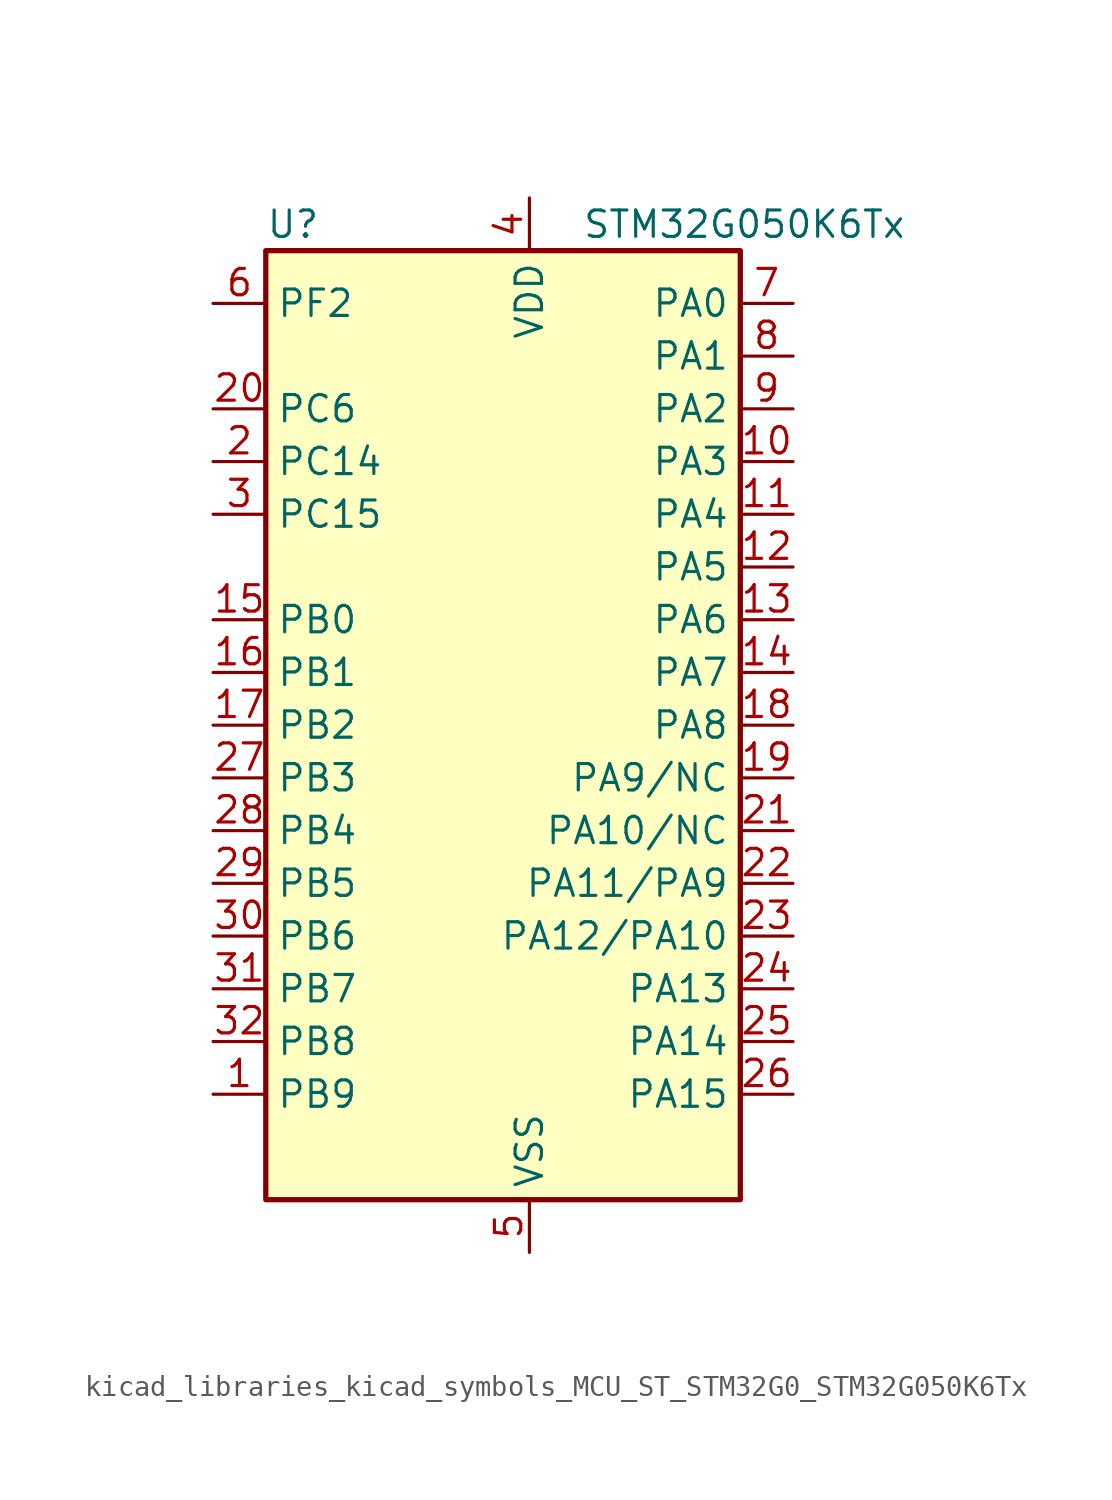
<source format=kicad_sym>
(kicad_symbol_lib
  (version 20220914)
  (generator kicad_symbol_editor)
  (symbol "kicad_libraries_kicad_symbols_MCU_ST_STM32G0_STM32G050K6Tx"
    (property "Reference" "U"
      (at -10.16 24.13 0)
      (effects (font (size 1.27 1.27)) (justify left)))
    (property "Value" "STM32G050K6Tx"
      (at 5.08 24.13 0)
      (effects (font (size 1.27 1.27)) (justify left)))
    (property "ki_locked" ""
      (at 0 0 0)
      (effects (font (size 1.27 1.27))))
    (symbol "kicad_libraries_kicad_symbols_MCU_ST_STM32G0_STM32G050K6Tx_0_1"
      (rectangle (start -10.16 -22.86) (end 12.7 22.86) (stroke (width 0.254) (type default)) (fill (type background))))
    (symbol "kicad_libraries_kicad_symbols_MCU_ST_STM32G0_STM32G050K6Tx_1_1"
      (pin bidirectional line (at -12.7 -17.78 0) (length 2.54) (name "PB9" (effects (font (size 1.27 1.27)))) (number "1" (effects (font (size 1.27 1.27)))) (alternate "I2C1_SDA" bidirectional line) (alternate "IR_OUT" bidirectional line) (alternate "SPI2_NSS" bidirectional line) (alternate "TIM17_CH1" bidirectional line))
      (pin bidirectional line (at 15.24 12.7 180) (length 2.54) (name "PA3" (effects (font (size 1.27 1.27)))) (number "10" (effects (font (size 1.27 1.27)))) (alternate "ADC1_IN3" bidirectional line) (alternate "SPI2_MISO" bidirectional line) (alternate "TIM15_CH2" bidirectional line) (alternate "USART2_RX" bidirectional line))
      (pin bidirectional line (at 15.24 10.16 180) (length 2.54) (name "PA4" (effects (font (size 1.27 1.27)))) (number "11" (effects (font (size 1.27 1.27)))) (alternate "ADC1_IN4" bidirectional line) (alternate "I2S1_WS" bidirectional line) (alternate "RTC_OUT1" bidirectional line) (alternate "RTC_TAMP_IN1" bidirectional line) (alternate "RTC_TS" bidirectional line) (alternate "SPI1_NSS" bidirectional line) (alternate "SPI2_MOSI" bidirectional line) (alternate "SYS_WKUP2" bidirectional line) (alternate "TIM14_CH1" bidirectional line))
      (pin bidirectional line (at 15.24 7.62 180) (length 2.54) (name "PA5" (effects (font (size 1.27 1.27)))) (number "12" (effects (font (size 1.27 1.27)))) (alternate "ADC1_IN5" bidirectional line) (alternate "I2S1_CK" bidirectional line) (alternate "SPI1_SCK" bidirectional line))
      (pin bidirectional line (at 15.24 5.08 180) (length 2.54) (name "PA6" (effects (font (size 1.27 1.27)))) (number "13" (effects (font (size 1.27 1.27)))) (alternate "ADC1_IN6" bidirectional line) (alternate "I2S1_MCK" bidirectional line) (alternate "SPI1_MISO" bidirectional line) (alternate "TIM16_CH1" bidirectional line) (alternate "TIM1_BK" bidirectional line) (alternate "TIM3_CH1" bidirectional line))
      (pin bidirectional line (at 15.24 2.54 180) (length 2.54) (name "PA7" (effects (font (size 1.27 1.27)))) (number "14" (effects (font (size 1.27 1.27)))) (alternate "ADC1_IN7" bidirectional line) (alternate "I2S1_SD" bidirectional line) (alternate "SPI1_MOSI" bidirectional line) (alternate "TIM14_CH1" bidirectional line) (alternate "TIM17_CH1" bidirectional line) (alternate "TIM1_CH1N" bidirectional line) (alternate "TIM3_CH2" bidirectional line))
      (pin bidirectional line (at -12.7 5.08 0) (length 2.54) (name "PB0" (effects (font (size 1.27 1.27)))) (number "15" (effects (font (size 1.27 1.27)))) (alternate "ADC1_IN8" bidirectional line) (alternate "I2S1_WS" bidirectional line) (alternate "SPI1_NSS" bidirectional line) (alternate "TIM1_CH2N" bidirectional line) (alternate "TIM3_CH3" bidirectional line))
      (pin bidirectional line (at -12.7 2.54 0) (length 2.54) (name "PB1" (effects (font (size 1.27 1.27)))) (number "16" (effects (font (size 1.27 1.27)))) (alternate "ADC1_IN9" bidirectional line) (alternate "TIM14_CH1" bidirectional line) (alternate "TIM1_CH3N" bidirectional line) (alternate "TIM3_CH4" bidirectional line))
      (pin bidirectional line (at -12.7 0 0) (length 2.54) (name "PB2" (effects (font (size 1.27 1.27)))) (number "17" (effects (font (size 1.27 1.27)))) (alternate "ADC1_IN10" bidirectional line) (alternate "SPI2_MISO" bidirectional line))
      (pin bidirectional line (at 15.24 0 180) (length 2.54) (name "PA8" (effects (font (size 1.27 1.27)))) (number "18" (effects (font (size 1.27 1.27)))) (alternate "RCC_MCO" bidirectional line) (alternate "SPI2_NSS" bidirectional line) (alternate "TIM1_CH1" bidirectional line))
      (pin bidirectional line (at 15.24 -2.54 180) (length 2.54) (name "PA9/NC" (effects (font (size 1.27 1.27)))) (number "19" (effects (font (size 1.27 1.27)))) (alternate "I2C1_SCL" bidirectional line) (alternate "RCC_MCO" bidirectional line) (alternate "SPI2_MISO" bidirectional line) (alternate "TIM15_BK" bidirectional line) (alternate "TIM1_CH2" bidirectional line) (alternate "USART1_TX" bidirectional line))
      (pin bidirectional line (at -12.7 12.7 0) (length 2.54) (name "PC14" (effects (font (size 1.27 1.27)))) (number "2" (effects (font (size 1.27 1.27)))) (alternate "RCC_OSC32_IN" bidirectional line) (alternate "RCC_OSC_IN" bidirectional line) (alternate "TIM1_BK2" bidirectional line))
      (pin bidirectional line (at -12.7 15.24 0) (length 2.54) (name "PC6" (effects (font (size 1.27 1.27)))) (number "20" (effects (font (size 1.27 1.27)))) (alternate "TIM3_CH1" bidirectional line))
      (pin bidirectional line (at 15.24 -5.08 180) (length 2.54) (name "PA10/NC" (effects (font (size 1.27 1.27)))) (number "21" (effects (font (size 1.27 1.27)))) (alternate "I2C1_SDA" bidirectional line) (alternate "SPI2_MOSI" bidirectional line) (alternate "TIM17_BK" bidirectional line) (alternate "TIM1_CH3" bidirectional line) (alternate "USART1_RX" bidirectional line))
      (pin bidirectional line (at 15.24 -7.62 180) (length 2.54) (name "PA11/PA9" (effects (font (size 1.27 1.27)))) (number "22" (effects (font (size 1.27 1.27)))) (alternate "ADC1_EXTI11" bidirectional line) (alternate "ADC1_IN15" bidirectional line) (alternate "I2C2_SCL" bidirectional line) (alternate "I2S1_MCK" bidirectional line) (alternate "SPI1_MISO" bidirectional line) (alternate "TIM1_BK2" bidirectional line) (alternate "TIM1_CH4" bidirectional line) (alternate "USART1_CTS" bidirectional line) (alternate "USART1_NSS" bidirectional line))
      (pin bidirectional line (at 15.24 -10.16 180) (length 2.54) (name "PA12/PA10" (effects (font (size 1.27 1.27)))) (number "23" (effects (font (size 1.27 1.27)))) (alternate "ADC1_IN16" bidirectional line) (alternate "I2C2_SDA" bidirectional line) (alternate "I2S1_SD" bidirectional line) (alternate "I2S_CKIN" bidirectional line) (alternate "SPI1_MOSI" bidirectional line) (alternate "TIM1_ETR" bidirectional line) (alternate "USART1_CK" bidirectional line) (alternate "USART1_DE" bidirectional line) (alternate "USART1_RTS" bidirectional line))
      (pin bidirectional line (at 15.24 -12.7 180) (length 2.54) (name "PA13" (effects (font (size 1.27 1.27)))) (number "24" (effects (font (size 1.27 1.27)))) (alternate "ADC1_IN17" bidirectional line) (alternate "IR_OUT" bidirectional line) (alternate "SYS_SWDIO" bidirectional line))
      (pin bidirectional line (at 15.24 -15.24 180) (length 2.54) (name "PA14" (effects (font (size 1.27 1.27)))) (number "25" (effects (font (size 1.27 1.27)))) (alternate "ADC1_IN18" bidirectional line) (alternate "SYS_SWCLK" bidirectional line) (alternate "USART2_TX" bidirectional line))
      (pin bidirectional line (at 15.24 -17.78 180) (length 2.54) (name "PA15" (effects (font (size 1.27 1.27)))) (number "26" (effects (font (size 1.27 1.27)))) (alternate "I2S1_WS" bidirectional line) (alternate "SPI1_NSS" bidirectional line) (alternate "USART2_RX" bidirectional line))
      (pin bidirectional line (at -12.7 -2.54 0) (length 2.54) (name "PB3" (effects (font (size 1.27 1.27)))) (number "27" (effects (font (size 1.27 1.27)))) (alternate "I2S1_CK" bidirectional line) (alternate "SPI1_SCK" bidirectional line) (alternate "TIM1_CH2" bidirectional line) (alternate "USART1_CK" bidirectional line) (alternate "USART1_DE" bidirectional line) (alternate "USART1_RTS" bidirectional line))
      (pin bidirectional line (at -12.7 -5.08 0) (length 2.54) (name "PB4" (effects (font (size 1.27 1.27)))) (number "28" (effects (font (size 1.27 1.27)))) (alternate "I2S1_MCK" bidirectional line) (alternate "SPI1_MISO" bidirectional line) (alternate "TIM17_BK" bidirectional line) (alternate "TIM3_CH1" bidirectional line) (alternate "USART1_CTS" bidirectional line) (alternate "USART1_NSS" bidirectional line))
      (pin bidirectional line (at -12.7 -7.62 0) (length 2.54) (name "PB5" (effects (font (size 1.27 1.27)))) (number "29" (effects (font (size 1.27 1.27)))) (alternate "I2C1_SMBA" bidirectional line) (alternate "I2S1_SD" bidirectional line) (alternate "SPI1_MOSI" bidirectional line) (alternate "SYS_WKUP6" bidirectional line) (alternate "TIM16_BK" bidirectional line) (alternate "TIM3_CH2" bidirectional line))
      (pin bidirectional line (at -12.7 10.16 0) (length 2.54) (name "PC15" (effects (font (size 1.27 1.27)))) (number "3" (effects (font (size 1.27 1.27)))) (alternate "RCC_OSC32_EN" bidirectional line) (alternate "RCC_OSC32_OUT" bidirectional line) (alternate "RCC_OSC_EN" bidirectional line) (alternate "TIM15_BK" bidirectional line))
      (pin bidirectional line (at -12.7 -10.16 0) (length 2.54) (name "PB6" (effects (font (size 1.27 1.27)))) (number "30" (effects (font (size 1.27 1.27)))) (alternate "I2C1_SCL" bidirectional line) (alternate "SPI2_MISO" bidirectional line) (alternate "TIM16_CH1N" bidirectional line) (alternate "TIM1_CH3" bidirectional line) (alternate "USART1_TX" bidirectional line))
      (pin bidirectional line (at -12.7 -12.7 0) (length 2.54) (name "PB7" (effects (font (size 1.27 1.27)))) (number "31" (effects (font (size 1.27 1.27)))) (alternate "ADC1_IN11" bidirectional line) (alternate "I2C1_SDA" bidirectional line) (alternate "SPI2_MOSI" bidirectional line) (alternate "SYS_PVD_IN" bidirectional line) (alternate "TIM17_CH1N" bidirectional line) (alternate "USART1_RX" bidirectional line))
      (pin bidirectional line (at -12.7 -15.24 0) (length 2.54) (name "PB8" (effects (font (size 1.27 1.27)))) (number "32" (effects (font (size 1.27 1.27)))) (alternate "I2C1_SCL" bidirectional line) (alternate "SPI2_SCK" bidirectional line) (alternate "TIM15_BK" bidirectional line) (alternate "TIM16_CH1" bidirectional line))
      (pin power_in line (at 2.54 25.4 270) (length 2.54) (name "VDD" (effects (font (size 1.27 1.27)))) (number "4" (effects (font (size 1.27 1.27)))))
      (pin power_in line (at 2.54 -25.4 90) (length 2.54) (name "VSS" (effects (font (size 1.27 1.27)))) (number "5" (effects (font (size 1.27 1.27)))))
      (pin bidirectional line (at -12.7 20.32 0) (length 2.54) (name "PF2" (effects (font (size 1.27 1.27)))) (number "6" (effects (font (size 1.27 1.27)))) (alternate "RCC_MCO" bidirectional line))
      (pin bidirectional line (at 15.24 20.32 180) (length 2.54) (name "PA0" (effects (font (size 1.27 1.27)))) (number "7" (effects (font (size 1.27 1.27)))) (alternate "ADC1_IN0" bidirectional line) (alternate "RTC_TAMP_IN2" bidirectional line) (alternate "SPI2_SCK" bidirectional line) (alternate "SYS_WKUP1" bidirectional line) (alternate "USART2_CTS" bidirectional line) (alternate "USART2_NSS" bidirectional line))
      (pin bidirectional line (at 15.24 17.78 180) (length 2.54) (name "PA1" (effects (font (size 1.27 1.27)))) (number "8" (effects (font (size 1.27 1.27)))) (alternate "ADC1_IN1" bidirectional line) (alternate "I2C1_SMBA" bidirectional line) (alternate "I2S1_CK" bidirectional line) (alternate "SPI1_SCK" bidirectional line) (alternate "TIM15_CH1N" bidirectional line) (alternate "USART2_CK" bidirectional line) (alternate "USART2_DE" bidirectional line) (alternate "USART2_RTS" bidirectional line))
      (pin bidirectional line (at 15.24 15.24 180) (length 2.54) (name "PA2" (effects (font (size 1.27 1.27)))) (number "9" (effects (font (size 1.27 1.27)))) (alternate "ADC1_IN2" bidirectional line) (alternate "I2S1_SD" bidirectional line) (alternate "RCC_LSCO" bidirectional line) (alternate "SPI1_MOSI" bidirectional line) (alternate "SYS_WKUP4" bidirectional line) (alternate "TIM15_CH1" bidirectional line) (alternate "USART2_TX" bidirectional line)))))
</source>
